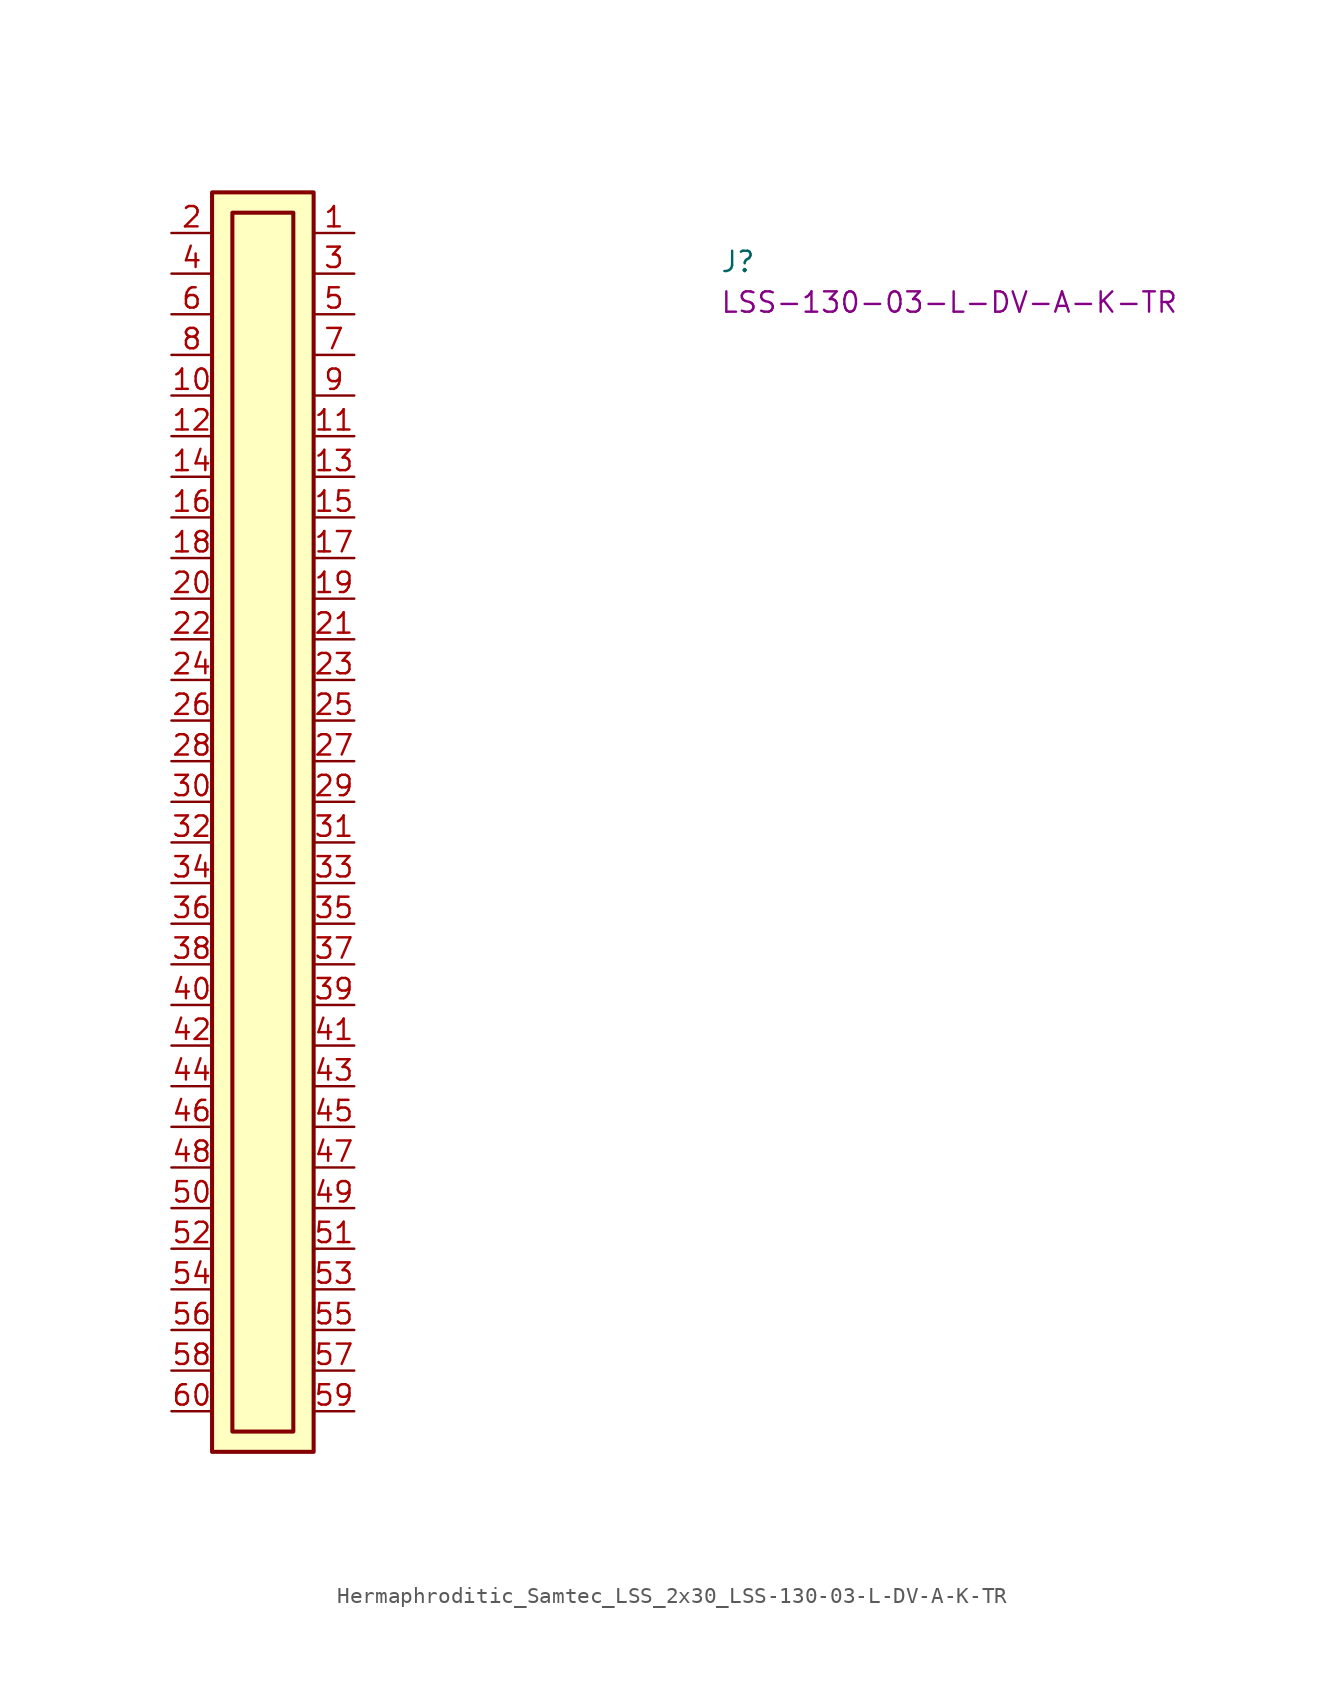
<source format=kicad_sym>
(kicad_symbol_lib
  (version 20220914)
  (generator kicad_symbol_editor)
  (symbol "Hermaphroditic_Samtec_LSS_2x30_LSS-130-03-L-DV-A-K-TR"
    (property "Reference" "J"
      (at 34.29 -2.54 0)
      (effects (font (size 1.27 1.27) (thickness 0.15)) (justify left bottom)))
    (property "MPN" "LSS-130-03-L-DV-A-K-TR"
      (at 34.29 -5.08 0)
      (effects (font (size 1.27 1.27) (thickness 0.15)) (justify left bottom)))
    (symbol "Hermaphroditic_Samtec_LSS_2x30_LSS-130-03-L-DV-A-K-TR_1_1"
      (rectangle (start 2.54 2.54) (end 8.89 -76.2) (stroke (width 0.254) (type default)) (fill (type background)))
      (rectangle (start 3.81 1.27) (end 7.62 -74.93) (stroke (width 0.254) (type default)) (fill (type background)))
      (pin bidirectional line (at 11.43 0 180) (length 2.54) (name "~" (effects (font (size 1.27 1.27)))) (number "1" (effects (font (size 1.27 1.27)))))
      (pin bidirectional line (at 0 -10.16 0) (length 2.54) (name "~" (effects (font (size 1.27 1.27)))) (number "10" (effects (font (size 1.27 1.27)))))
      (pin bidirectional line (at 11.43 -12.7 180) (length 2.54) (name "~" (effects (font (size 1.27 1.27)))) (number "11" (effects (font (size 1.27 1.27)))))
      (pin bidirectional line (at 0 -12.7 0) (length 2.54) (name "~" (effects (font (size 1.27 1.27)))) (number "12" (effects (font (size 1.27 1.27)))))
      (pin bidirectional line (at 11.43 -15.24 180) (length 2.54) (name "~" (effects (font (size 1.27 1.27)))) (number "13" (effects (font (size 1.27 1.27)))))
      (pin bidirectional line (at 0 -15.24 0) (length 2.54) (name "~" (effects (font (size 1.27 1.27)))) (number "14" (effects (font (size 1.27 1.27)))))
      (pin bidirectional line (at 11.43 -17.78 180) (length 2.54) (name "~" (effects (font (size 1.27 1.27)))) (number "15" (effects (font (size 1.27 1.27)))))
      (pin bidirectional line (at 0 -17.78 0) (length 2.54) (name "~" (effects (font (size 1.27 1.27)))) (number "16" (effects (font (size 1.27 1.27)))))
      (pin bidirectional line (at 11.43 -20.32 180) (length 2.54) (name "~" (effects (font (size 1.27 1.27)))) (number "17" (effects (font (size 1.27 1.27)))))
      (pin bidirectional line (at 0 -20.32 0) (length 2.54) (name "~" (effects (font (size 1.27 1.27)))) (number "18" (effects (font (size 1.27 1.27)))))
      (pin bidirectional line (at 11.43 -22.86 180) (length 2.54) (name "~" (effects (font (size 1.27 1.27)))) (number "19" (effects (font (size 1.27 1.27)))))
      (pin bidirectional line (at 0 0 0) (length 2.54) (name "~" (effects (font (size 1.27 1.27)))) (number "2" (effects (font (size 1.27 1.27)))))
      (pin bidirectional line (at 0 -22.86 0) (length 2.54) (name "~" (effects (font (size 1.27 1.27)))) (number "20" (effects (font (size 1.27 1.27)))))
      (pin bidirectional line (at 11.43 -25.4 180) (length 2.54) (name "~" (effects (font (size 1.27 1.27)))) (number "21" (effects (font (size 1.27 1.27)))))
      (pin bidirectional line (at 0 -25.4 0) (length 2.54) (name "~" (effects (font (size 1.27 1.27)))) (number "22" (effects (font (size 1.27 1.27)))))
      (pin bidirectional line (at 11.43 -27.94 180) (length 2.54) (name "~" (effects (font (size 1.27 1.27)))) (number "23" (effects (font (size 1.27 1.27)))))
      (pin bidirectional line (at 0 -27.94 0) (length 2.54) (name "~" (effects (font (size 1.27 1.27)))) (number "24" (effects (font (size 1.27 1.27)))))
      (pin bidirectional line (at 11.43 -30.48 180) (length 2.54) (name "~" (effects (font (size 1.27 1.27)))) (number "25" (effects (font (size 1.27 1.27)))))
      (pin bidirectional line (at 0 -30.48 0) (length 2.54) (name "~" (effects (font (size 1.27 1.27)))) (number "26" (effects (font (size 1.27 1.27)))))
      (pin bidirectional line (at 11.43 -33.02 180) (length 2.54) (name "~" (effects (font (size 1.27 1.27)))) (number "27" (effects (font (size 1.27 1.27)))))
      (pin bidirectional line (at 0 -33.02 0) (length 2.54) (name "~" (effects (font (size 1.27 1.27)))) (number "28" (effects (font (size 1.27 1.27)))))
      (pin bidirectional line (at 11.43 -35.56 180) (length 2.54) (name "~" (effects (font (size 1.27 1.27)))) (number "29" (effects (font (size 1.27 1.27)))))
      (pin bidirectional line (at 11.43 -2.54 180) (length 2.54) (name "~" (effects (font (size 1.27 1.27)))) (number "3" (effects (font (size 1.27 1.27)))))
      (pin bidirectional line (at 0 -35.56 0) (length 2.54) (name "~" (effects (font (size 1.27 1.27)))) (number "30" (effects (font (size 1.27 1.27)))))
      (pin bidirectional line (at 11.43 -38.1 180) (length 2.54) (name "~" (effects (font (size 1.27 1.27)))) (number "31" (effects (font (size 1.27 1.27)))))
      (pin bidirectional line (at 0 -38.1 0) (length 2.54) (name "~" (effects (font (size 1.27 1.27)))) (number "32" (effects (font (size 1.27 1.27)))))
      (pin bidirectional line (at 11.43 -40.64 180) (length 2.54) (name "~" (effects (font (size 1.27 1.27)))) (number "33" (effects (font (size 1.27 1.27)))))
      (pin bidirectional line (at 0 -40.64 0) (length 2.54) (name "~" (effects (font (size 1.27 1.27)))) (number "34" (effects (font (size 1.27 1.27)))))
      (pin bidirectional line (at 11.43 -43.18 180) (length 2.54) (name "~" (effects (font (size 1.27 1.27)))) (number "35" (effects (font (size 1.27 1.27)))))
      (pin bidirectional line (at 0 -43.18 0) (length 2.54) (name "~" (effects (font (size 1.27 1.27)))) (number "36" (effects (font (size 1.27 1.27)))))
      (pin bidirectional line (at 11.43 -45.72 180) (length 2.54) (name "~" (effects (font (size 1.27 1.27)))) (number "37" (effects (font (size 1.27 1.27)))))
      (pin bidirectional line (at 0 -45.72 0) (length 2.54) (name "~" (effects (font (size 1.27 1.27)))) (number "38" (effects (font (size 1.27 1.27)))))
      (pin bidirectional line (at 11.43 -48.26 180) (length 2.54) (name "~" (effects (font (size 1.27 1.27)))) (number "39" (effects (font (size 1.27 1.27)))))
      (pin bidirectional line (at 0 -2.54 0) (length 2.54) (name "~" (effects (font (size 1.27 1.27)))) (number "4" (effects (font (size 1.27 1.27)))))
      (pin bidirectional line (at 0 -48.26 0) (length 2.54) (name "~" (effects (font (size 1.27 1.27)))) (number "40" (effects (font (size 1.27 1.27)))))
      (pin bidirectional line (at 11.43 -50.8 180) (length 2.54) (name "~" (effects (font (size 1.27 1.27)))) (number "41" (effects (font (size 1.27 1.27)))))
      (pin bidirectional line (at 0 -50.8 0) (length 2.54) (name "~" (effects (font (size 1.27 1.27)))) (number "42" (effects (font (size 1.27 1.27)))))
      (pin bidirectional line (at 11.43 -53.34 180) (length 2.54) (name "~" (effects (font (size 1.27 1.27)))) (number "43" (effects (font (size 1.27 1.27)))))
      (pin bidirectional line (at 0 -53.34 0) (length 2.54) (name "~" (effects (font (size 1.27 1.27)))) (number "44" (effects (font (size 1.27 1.27)))))
      (pin bidirectional line (at 11.43 -55.88 180) (length 2.54) (name "~" (effects (font (size 1.27 1.27)))) (number "45" (effects (font (size 1.27 1.27)))))
      (pin bidirectional line (at 0 -55.88 0) (length 2.54) (name "~" (effects (font (size 1.27 1.27)))) (number "46" (effects (font (size 1.27 1.27)))))
      (pin bidirectional line (at 11.43 -58.42 180) (length 2.54) (name "~" (effects (font (size 1.27 1.27)))) (number "47" (effects (font (size 1.27 1.27)))))
      (pin bidirectional line (at 0 -58.42 0) (length 2.54) (name "~" (effects (font (size 1.27 1.27)))) (number "48" (effects (font (size 1.27 1.27)))))
      (pin bidirectional line (at 11.43 -60.96 180) (length 2.54) (name "~" (effects (font (size 1.27 1.27)))) (number "49" (effects (font (size 1.27 1.27)))))
      (pin bidirectional line (at 11.43 -5.08 180) (length 2.54) (name "~" (effects (font (size 1.27 1.27)))) (number "5" (effects (font (size 1.27 1.27)))))
      (pin bidirectional line (at 0 -60.96 0) (length 2.54) (name "~" (effects (font (size 1.27 1.27)))) (number "50" (effects (font (size 1.27 1.27)))))
      (pin bidirectional line (at 11.43 -63.5 180) (length 2.54) (name "~" (effects (font (size 1.27 1.27)))) (number "51" (effects (font (size 1.27 1.27)))))
      (pin bidirectional line (at 0 -63.5 0) (length 2.54) (name "~" (effects (font (size 1.27 1.27)))) (number "52" (effects (font (size 1.27 1.27)))))
      (pin bidirectional line (at 11.43 -66.04 180) (length 2.54) (name "~" (effects (font (size 1.27 1.27)))) (number "53" (effects (font (size 1.27 1.27)))))
      (pin bidirectional line (at 0 -66.04 0) (length 2.54) (name "~" (effects (font (size 1.27 1.27)))) (number "54" (effects (font (size 1.27 1.27)))))
      (pin bidirectional line (at 11.43 -68.58 180) (length 2.54) (name "~" (effects (font (size 1.27 1.27)))) (number "55" (effects (font (size 1.27 1.27)))))
      (pin bidirectional line (at 0 -68.58 0) (length 2.54) (name "~" (effects (font (size 1.27 1.27)))) (number "56" (effects (font (size 1.27 1.27)))))
      (pin bidirectional line (at 11.43 -71.12 180) (length 2.54) (name "~" (effects (font (size 1.27 1.27)))) (number "57" (effects (font (size 1.27 1.27)))))
      (pin bidirectional line (at 0 -71.12 0) (length 2.54) (name "~" (effects (font (size 1.27 1.27)))) (number "58" (effects (font (size 1.27 1.27)))))
      (pin bidirectional line (at 11.43 -73.66 180) (length 2.54) (name "~" (effects (font (size 1.27 1.27)))) (number "59" (effects (font (size 1.27 1.27)))))
      (pin bidirectional line (at 0 -5.08 0) (length 2.54) (name "~" (effects (font (size 1.27 1.27)))) (number "6" (effects (font (size 1.27 1.27)))))
      (pin bidirectional line (at 0 -73.66 0) (length 2.54) (name "~" (effects (font (size 1.27 1.27)))) (number "60" (effects (font (size 1.27 1.27)))))
      (pin bidirectional line (at 11.43 -7.62 180) (length 2.54) (name "~" (effects (font (size 1.27 1.27)))) (number "7" (effects (font (size 1.27 1.27)))))
      (pin bidirectional line (at 0 -7.62 0) (length 2.54) (name "~" (effects (font (size 1.27 1.27)))) (number "8" (effects (font (size 1.27 1.27)))))
      (pin bidirectional line (at 11.43 -10.16 180) (length 2.54) (name "~" (effects (font (size 1.27 1.27)))) (number "9" (effects (font (size 1.27 1.27))))))))
</source>
